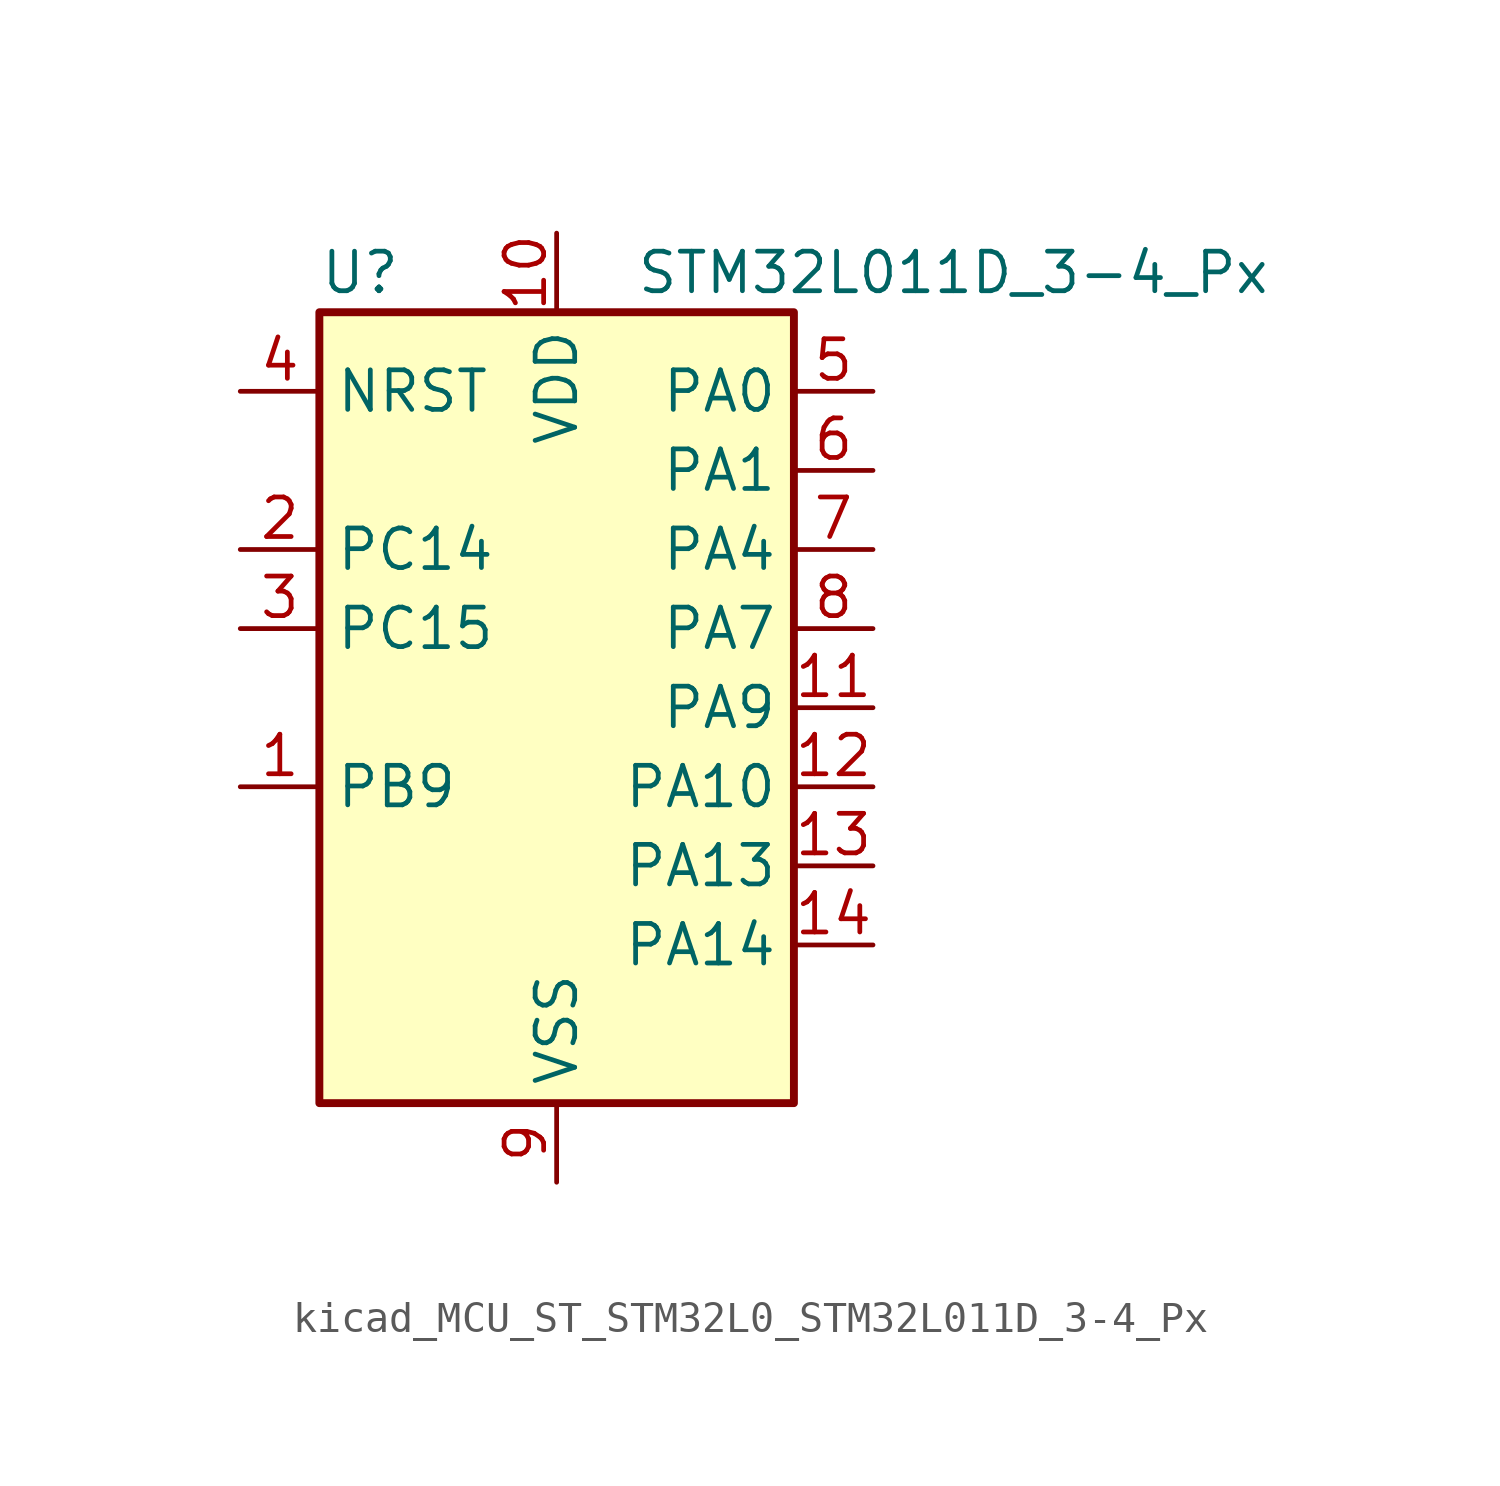
<source format=kicad_sym>
(kicad_symbol_lib
  (version 20220914)
  (generator kicad_symbol_editor)
  (symbol "kicad_MCU_ST_STM32L0_STM32L011D_3-4_Px"
    (property "Reference" "U"
      (at -7.62 13.97 0)
      (effects (font (size 1.27 1.27)) (justify left)))
    (property "Value" "STM32L011D_3-4_Px"
      (at 2.54 13.97 0)
      (effects (font (size 1.27 1.27)) (justify left)))
    (property "ki_locked" ""
      (at 0 0 0)
      (effects (font (size 1.27 1.27))))
    (symbol "kicad_MCU_ST_STM32L0_STM32L011D_3-4_Px_0_1"
      (rectangle (start -7.62 -12.7) (end 7.62 12.7) (stroke (width 0.254) (type default)) (fill (type background))))
    (symbol "kicad_MCU_ST_STM32L0_STM32L011D_3-4_Px_1_1"
      (pin bidirectional line (at -10.16 -2.54 0) (length 2.54) (name "PB9" (effects (font (size 1.27 1.27)))) (number "1" (effects (font (size 1.27 1.27)))))
      (pin power_in line (at 0 15.24 270) (length 2.54) (name "VDD" (effects (font (size 1.27 1.27)))) (number "10" (effects (font (size 1.27 1.27)))))
      (pin bidirectional line (at 10.16 0 180) (length 2.54) (name "PA9" (effects (font (size 1.27 1.27)))) (number "11" (effects (font (size 1.27 1.27)))) (alternate "COMP1_OUT" bidirectional line) (alternate "I2C1_SCL" bidirectional line) (alternate "LPTIM1_OUT" bidirectional line) (alternate "RCC_MCO" bidirectional line) (alternate "TIM21_CH2" bidirectional line) (alternate "USART2_TX" bidirectional line))
      (pin bidirectional line (at 10.16 -2.54 180) (length 2.54) (name "PA10" (effects (font (size 1.27 1.27)))) (number "12" (effects (font (size 1.27 1.27)))) (alternate "COMP1_OUT" bidirectional line) (alternate "I2C1_SDA" bidirectional line) (alternate "RTC_REFIN" bidirectional line) (alternate "TIM21_CH1" bidirectional line) (alternate "TIM2_CH3" bidirectional line) (alternate "USART2_RX" bidirectional line))
      (pin bidirectional line (at 10.16 -5.08 180) (length 2.54) (name "PA13" (effects (font (size 1.27 1.27)))) (number "13" (effects (font (size 1.27 1.27)))) (alternate "COMP1_OUT" bidirectional line) (alternate "I2C1_SDA" bidirectional line) (alternate "LPTIM1_ETR" bidirectional line) (alternate "LPUART1_RX" bidirectional line) (alternate "SPI1_SCK" bidirectional line) (alternate "SYS_SWDIO" bidirectional line))
      (pin bidirectional line (at 10.16 -7.62 180) (length 2.54) (name "PA14" (effects (font (size 1.27 1.27)))) (number "14" (effects (font (size 1.27 1.27)))) (alternate "COMP2_OUT" bidirectional line) (alternate "I2C1_SMBA" bidirectional line) (alternate "LPTIM1_OUT" bidirectional line) (alternate "LPUART1_TX" bidirectional line) (alternate "SPI1_MISO" bidirectional line) (alternate "SYS_SWCLK" bidirectional line) (alternate "USART2_TX" bidirectional line))
      (pin bidirectional line (at -10.16 5.08 0) (length 2.54) (name "PC14" (effects (font (size 1.27 1.27)))) (number "2" (effects (font (size 1.27 1.27)))) (alternate "RCC_OSC32_IN" bidirectional line))
      (pin bidirectional line (at -10.16 2.54 0) (length 2.54) (name "PC15" (effects (font (size 1.27 1.27)))) (number "3" (effects (font (size 1.27 1.27)))) (alternate "RCC_OSC32_OUT" bidirectional line))
      (pin input line (at -10.16 10.16 0) (length 2.54) (name "NRST" (effects (font (size 1.27 1.27)))) (number "4" (effects (font (size 1.27 1.27)))))
      (pin bidirectional line (at 10.16 10.16 180) (length 2.54) (name "PA0" (effects (font (size 1.27 1.27)))) (number "5" (effects (font (size 1.27 1.27)))) (alternate "ADC_IN0" bidirectional line) (alternate "COMP1_INM" bidirectional line) (alternate "COMP1_OUT" bidirectional line) (alternate "LPTIM1_IN1" bidirectional line) (alternate "LPUART1_RX" bidirectional line) (alternate "RCC_CK_IN" bidirectional line) (alternate "RTC_TAMP2" bidirectional line) (alternate "SYS_WKUP1" bidirectional line) (alternate "TIM2_CH1" bidirectional line) (alternate "TIM2_ETR" bidirectional line) (alternate "USART2_CTS" bidirectional line) (alternate "USART2_RX" bidirectional line))
      (pin bidirectional line (at 10.16 7.62 180) (length 2.54) (name "PA1" (effects (font (size 1.27 1.27)))) (number "6" (effects (font (size 1.27 1.27)))) (alternate "ADC_IN1" bidirectional line) (alternate "COMP1_INP" bidirectional line) (alternate "I2C1_SMBA" bidirectional line) (alternate "LPTIM1_IN2" bidirectional line) (alternate "LPUART1_TX" bidirectional line) (alternate "TIM21_ETR" bidirectional line) (alternate "TIM2_CH2" bidirectional line) (alternate "USART2_DE" bidirectional line) (alternate "USART2_RTS" bidirectional line))
      (pin bidirectional line (at 10.16 5.08 180) (length 2.54) (name "PA4" (effects (font (size 1.27 1.27)))) (number "7" (effects (font (size 1.27 1.27)))) (alternate "ADC_IN4" bidirectional line) (alternate "COMP1_INM" bidirectional line) (alternate "COMP2_INM" bidirectional line) (alternate "COMP2_OUT" bidirectional line) (alternate "I2C1_SCL" bidirectional line) (alternate "LPTIM1_ETR" bidirectional line) (alternate "LPTIM1_IN1" bidirectional line) (alternate "LPUART1_TX" bidirectional line) (alternate "SPI1_NSS" bidirectional line) (alternate "TIM2_ETR" bidirectional line) (alternate "USART2_CK" bidirectional line))
      (pin bidirectional line (at 10.16 2.54 180) (length 2.54) (name "PA7" (effects (font (size 1.27 1.27)))) (number "8" (effects (font (size 1.27 1.27)))) (alternate "ADC_IN7" bidirectional line) (alternate "COMP2_INP" bidirectional line) (alternate "COMP2_OUT" bidirectional line) (alternate "LPTIM1_OUT" bidirectional line) (alternate "SPI1_MOSI" bidirectional line) (alternate "TIM21_ETR" bidirectional line) (alternate "USART2_CTS" bidirectional line))
      (pin power_in line (at 0 -15.24 90) (length 2.54) (name "VSS" (effects (font (size 1.27 1.27)))) (number "9" (effects (font (size 1.27 1.27))))))))
</source>
